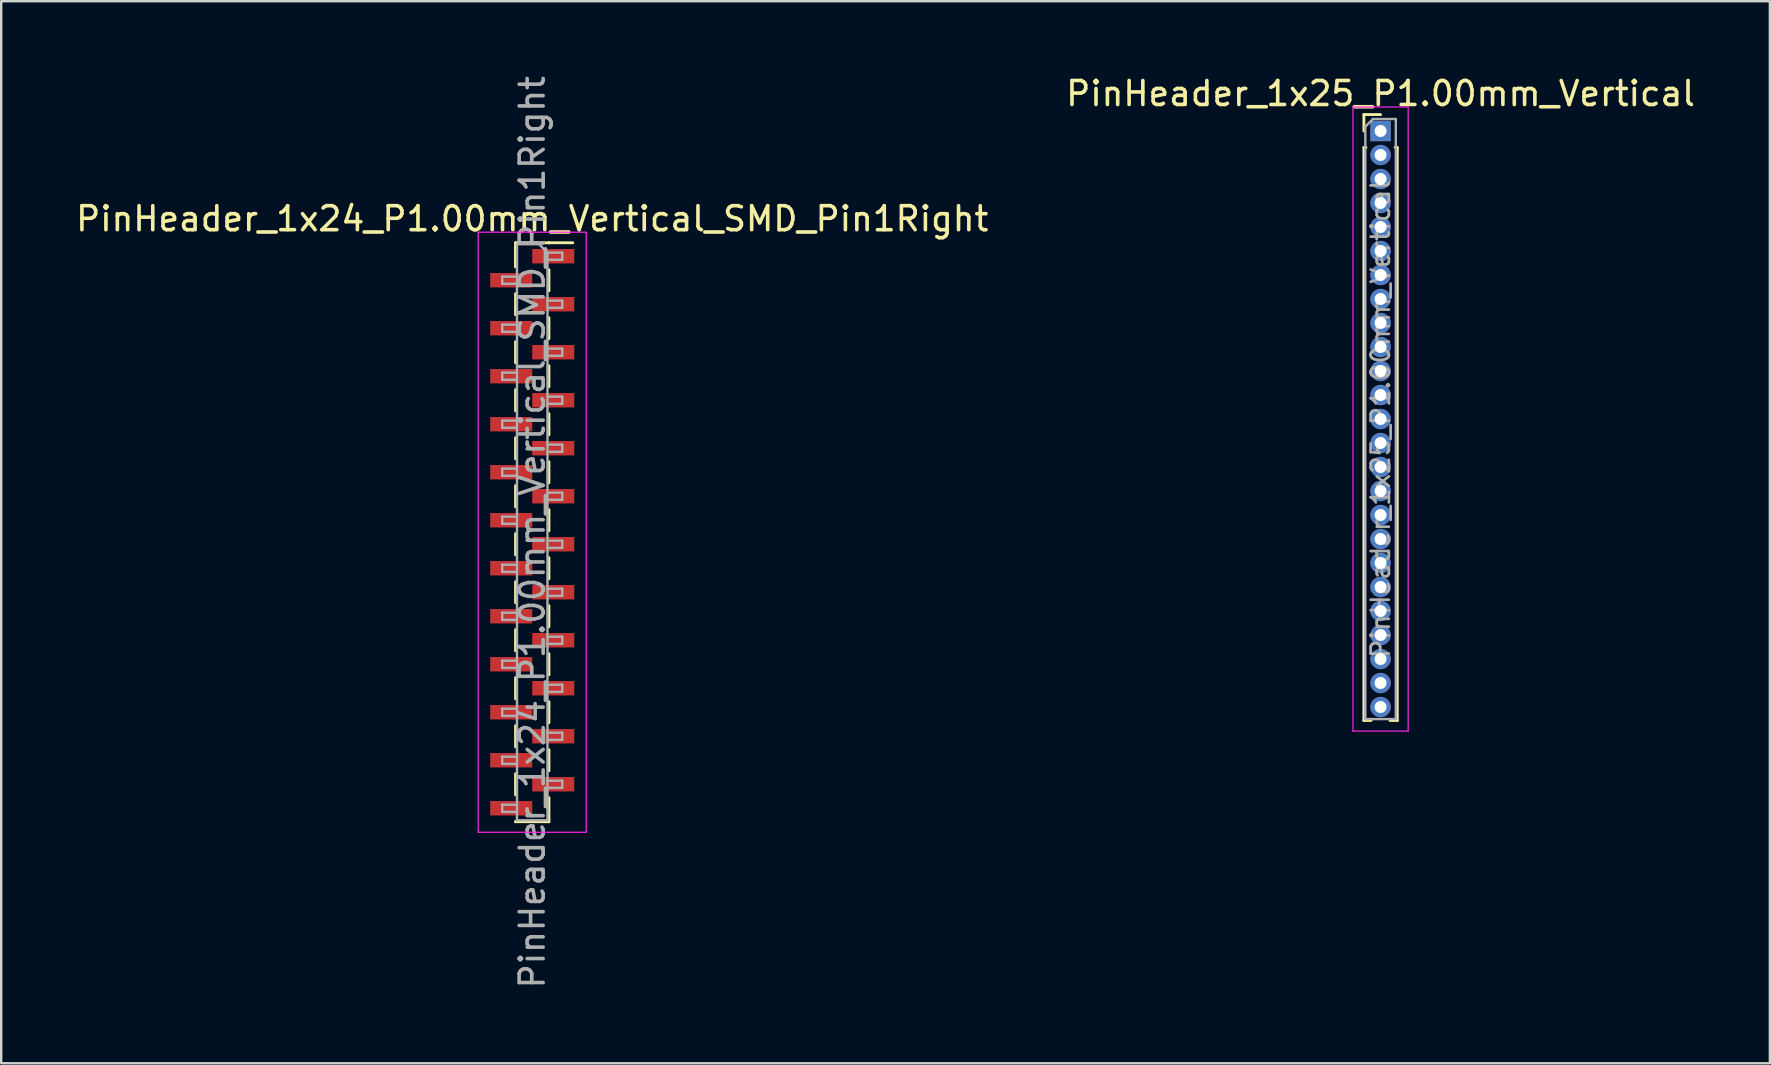
<source format=kicad_pcb>
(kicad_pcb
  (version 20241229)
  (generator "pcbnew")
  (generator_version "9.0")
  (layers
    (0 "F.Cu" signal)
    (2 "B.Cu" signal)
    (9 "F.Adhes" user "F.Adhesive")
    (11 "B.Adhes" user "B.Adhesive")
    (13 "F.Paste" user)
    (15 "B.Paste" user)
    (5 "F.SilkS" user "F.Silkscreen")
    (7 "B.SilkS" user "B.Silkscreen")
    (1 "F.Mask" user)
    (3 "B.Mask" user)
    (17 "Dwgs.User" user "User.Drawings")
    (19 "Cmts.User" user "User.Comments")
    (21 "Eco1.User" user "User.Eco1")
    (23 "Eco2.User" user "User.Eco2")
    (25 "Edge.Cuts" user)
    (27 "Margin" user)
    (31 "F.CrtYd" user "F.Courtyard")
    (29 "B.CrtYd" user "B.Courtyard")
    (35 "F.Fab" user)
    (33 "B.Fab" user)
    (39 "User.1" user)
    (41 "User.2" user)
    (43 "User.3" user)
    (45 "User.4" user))
  (footprint "PinHeader_1x24_P1.00mm_Vertical_SMD_Pin1Right"
    (layer "F.Cu")
    (at 19.125 19.125)
    (property "Reference" "PinHeader_1x24_P1.00mm_Vertical_SMD_Pin1Right" (at 0 -13.06 0) (layer "F.SilkS") (effects (font (size 1 1) (thickness 0.15))))
    (attr smd)
    (fp_line (start -0.695 -12.06) (end -0.695 -11.06) (stroke (width 0.12) (type solid)) (layer "F.SilkS"))
    (fp_line (start -0.695 -12.06) (end 0.695 -12.06) (stroke (width 0.12) (type solid)) (layer "F.SilkS"))
    (fp_line (start -0.695 -11.94) (end -0.695 -11.06) (stroke (width 0.12) (type solid)) (layer "F.SilkS"))
    (fp_line (start -0.695 -9.94) (end -0.695 -9.06) (stroke (width 0.12) (type solid)) (layer "F.SilkS"))
    (fp_line (start -0.695 -7.94) (end -0.695 -7.06) (stroke (width 0.12) (type solid)) (layer "F.SilkS"))
    (fp_line (start -0.695 -5.94) (end -0.695 -5.06) (stroke (width 0.12) (type solid)) (layer "F.SilkS"))
    (fp_line (start -0.695 -3.94) (end -0.695 -3.06) (stroke (width 0.12) (type solid)) (layer "F.SilkS"))
    (fp_line (start -0.695 -1.94) (end -0.695 -1.06) (stroke (width 0.12) (type solid)) (layer "F.SilkS"))
    (fp_line (start -0.695 0.06) (end -0.695 0.94) (stroke (width 0.12) (type solid)) (layer "F.SilkS"))
    (fp_line (start -0.695 2.06) (end -0.695 2.94) (stroke (width 0.12) (type solid)) (layer "F.SilkS"))
    (fp_line (start -0.695 4.06) (end -0.695 4.94) (stroke (width 0.12) (type solid)) (layer "F.SilkS"))
    (fp_line (start -0.695 6.06) (end -0.695 6.94) (stroke (width 0.12) (type solid)) (layer "F.SilkS"))
    (fp_line (start -0.695 8.06) (end -0.695 8.94) (stroke (width 0.12) (type solid)) (layer "F.SilkS"))
    (fp_line (start -0.695 10.06) (end -0.695 10.94) (stroke (width 0.12) (type solid)) (layer "F.SilkS"))
    (fp_line (start -0.695 12.06) (end -0.695 12.06) (stroke (width 0.12) (type solid)) (layer "F.SilkS"))
    (fp_line (start -0.695 12.06) (end 0.695 12.06) (stroke (width 0.12) (type solid)) (layer "F.SilkS"))
    (fp_line (start 0.695 -12.06) (end 0.695 -12.06) (stroke (width 0.12) (type solid)) (layer "F.SilkS"))
    (fp_line (start 0.695 -12.06) (end 1.69 -12.06) (stroke (width 0.12) (type solid)) (layer "F.SilkS"))
    (fp_line (start 0.695 -10.94) (end 0.695 -10.06) (stroke (width 0.12) (type solid)) (layer "F.SilkS"))
    (fp_line (start 0.695 -8.94) (end 0.695 -8.06) (stroke (width 0.12) (type solid)) (layer "F.SilkS"))
    (fp_line (start 0.695 -6.94) (end 0.695 -6.06) (stroke (width 0.12) (type solid)) (layer "F.SilkS"))
    (fp_line (start 0.695 -4.94) (end 0.695 -4.06) (stroke (width 0.12) (type solid)) (layer "F.SilkS"))
    (fp_line (start 0.695 -2.94) (end 0.695 -2.06) (stroke (width 0.12) (type solid)) (layer "F.SilkS"))
    (fp_line (start 0.695 -0.94) (end 0.695 -0.06) (stroke (width 0.12) (type solid)) (layer "F.SilkS"))
    (fp_line (start 0.695 1.06) (end 0.695 1.94) (stroke (width 0.12) (type solid)) (layer "F.SilkS"))
    (fp_line (start 0.695 3.06) (end 0.695 3.94) (stroke (width 0.12) (type solid)) (layer "F.SilkS"))
    (fp_line (start 0.695 5.06) (end 0.695 5.94) (stroke (width 0.12) (type solid)) (layer "F.SilkS"))
    (fp_line (start 0.695 7.06) (end 0.695 7.94) (stroke (width 0.12) (type solid)) (layer "F.SilkS"))
    (fp_line (start 0.695 9.06) (end 0.695 9.94) (stroke (width 0.12) (type solid)) (layer "F.SilkS"))
    (fp_line (start 0.695 11.06) (end 0.695 12.06) (stroke (width 0.12) (type solid)) (layer "F.SilkS"))
    (fp_line (start -2.25 -12.5) (end -2.25 12.5) (stroke (width 0.05) (type solid)) (layer "F.CrtYd"))
    (fp_line (start -2.25 12.5) (end 2.25 12.5) (stroke (width 0.05) (type solid)) (layer "F.CrtYd"))
    (fp_line (start 2.25 -12.5) (end -2.25 -12.5) (stroke (width 0.05) (type solid)) (layer "F.CrtYd"))
    (fp_line (start 2.25 12.5) (end 2.25 -12.5) (stroke (width 0.05) (type solid)) (layer "F.CrtYd"))
    (fp_line (start -1.25 -10.65) (end -1.25 -10.35) (stroke (width 0.1) (type solid)) (layer "F.Fab"))
    (fp_line (start -1.25 -10.35) (end -0.635 -10.35) (stroke (width 0.1) (type solid)) (layer "F.Fab"))
    (fp_line (start -1.25 -8.65) (end -1.25 -8.35) (stroke (width 0.1) (type solid)) (layer "F.Fab"))
    (fp_line (start -1.25 -8.35) (end -0.635 -8.35) (stroke (width 0.1) (type solid)) (layer "F.Fab"))
    (fp_line (start -1.25 -6.65) (end -1.25 -6.35) (stroke (width 0.1) (type solid)) (layer "F.Fab"))
    (fp_line (start -1.25 -6.35) (end -0.635 -6.35) (stroke (width 0.1) (type solid)) (layer "F.Fab"))
    (fp_line (start -1.25 -4.65) (end -1.25 -4.35) (stroke (width 0.1) (type solid)) (layer "F.Fab"))
    (fp_line (start -1.25 -4.35) (end -0.635 -4.35) (stroke (width 0.1) (type solid)) (layer "F.Fab"))
    (fp_line (start -1.25 -2.65) (end -1.25 -2.35) (stroke (width 0.1) (type solid)) (layer "F.Fab"))
    (fp_line (start -1.25 -2.35) (end -0.635 -2.35) (stroke (width 0.1) (type solid)) (layer "F.Fab"))
    (fp_line (start -1.25 -0.65) (end -1.25 -0.35) (stroke (width 0.1) (type solid)) (layer "F.Fab"))
    (fp_line (start -1.25 -0.35) (end -0.635 -0.35) (stroke (width 0.1) (type solid)) (layer "F.Fab"))
    (fp_line (start -1.25 1.35) (end -1.25 1.65) (stroke (width 0.1) (type solid)) (layer "F.Fab"))
    (fp_line (start -1.25 1.65) (end -0.635 1.65) (stroke (width 0.1) (type solid)) (layer "F.Fab"))
    (fp_line (start -1.25 3.35) (end -1.25 3.65) (stroke (width 0.1) (type solid)) (layer "F.Fab"))
    (fp_line (start -1.25 3.65) (end -0.635 3.65) (stroke (width 0.1) (type solid)) (layer "F.Fab"))
    (fp_line (start -1.25 5.35) (end -1.25 5.65) (stroke (width 0.1) (type solid)) (layer "F.Fab"))
    (fp_line (start -1.25 5.65) (end -0.635 5.65) (stroke (width 0.1) (type solid)) (layer "F.Fab"))
    (fp_line (start -1.25 7.35) (end -1.25 7.65) (stroke (width 0.1) (type solid)) (layer "F.Fab"))
    (fp_line (start -1.25 7.65) (end -0.635 7.65) (stroke (width 0.1) (type solid)) (layer "F.Fab"))
    (fp_line (start -1.25 9.35) (end -1.25 9.65) (stroke (width 0.1) (type solid)) (layer "F.Fab"))
    (fp_line (start -1.25 9.65) (end -0.635 9.65) (stroke (width 0.1) (type solid)) (layer "F.Fab"))
    (fp_line (start -1.25 11.35) (end -1.25 11.65) (stroke (width 0.1) (type solid)) (layer "F.Fab"))
    (fp_line (start -1.25 11.65) (end -0.635 11.65) (stroke (width 0.1) (type solid)) (layer "F.Fab"))
    (fp_line (start -0.635 -12) (end -0.635 12) (stroke (width 0.1) (type solid)) (layer "F.Fab"))
    (fp_line (start -0.635 -12) (end 0.285 -12) (stroke (width 0.1) (type solid)) (layer "F.Fab"))
    (fp_line (start -0.635 -10.65) (end -1.25 -10.65) (stroke (width 0.1) (type solid)) (layer "F.Fab"))
    (fp_line (start -0.635 -8.65) (end -1.25 -8.65) (stroke (width 0.1) (type solid)) (layer "F.Fab"))
    (fp_line (start -0.635 -6.65) (end -1.25 -6.65) (stroke (width 0.1) (type solid)) (layer "F.Fab"))
    (fp_line (start -0.635 -4.65) (end -1.25 -4.65) (stroke (width 0.1) (type solid)) (layer "F.Fab"))
    (fp_line (start -0.635 -2.65) (end -1.25 -2.65) (stroke (width 0.1) (type solid)) (layer "F.Fab"))
    (fp_line (start -0.635 -0.65) (end -1.25 -0.65) (stroke (width 0.1) (type solid)) (layer "F.Fab"))
    (fp_line (start -0.635 1.35) (end -1.25 1.35) (stroke (width 0.1) (type solid)) (layer "F.Fab"))
    (fp_line (start -0.635 3.35) (end -1.25 3.35) (stroke (width 0.1) (type solid)) (layer "F.Fab"))
    (fp_line (start -0.635 5.35) (end -1.25 5.35) (stroke (width 0.1) (type solid)) (layer "F.Fab"))
    (fp_line (start -0.635 7.35) (end -1.25 7.35) (stroke (width 0.1) (type solid)) (layer "F.Fab"))
    (fp_line (start -0.635 9.35) (end -1.25 9.35) (stroke (width 0.1) (type solid)) (layer "F.Fab"))
    (fp_line (start -0.635 11.35) (end -1.25 11.35) (stroke (width 0.1) (type solid)) (layer "F.Fab"))
    (fp_line (start 0.635 -11.65) (end 0.285 -12) (stroke (width 0.1) (type solid)) (layer "F.Fab"))
    (fp_line (start 0.635 -11.65) (end 1.25 -11.65) (stroke (width 0.1) (type solid)) (layer "F.Fab"))
    (fp_line (start 0.635 -9.65) (end 1.25 -9.65) (stroke (width 0.1) (type solid)) (layer "F.Fab"))
    (fp_line (start 0.635 -7.65) (end 1.25 -7.65) (stroke (width 0.1) (type solid)) (layer "F.Fab"))
    (fp_line (start 0.635 -5.65) (end 1.25 -5.65) (stroke (width 0.1) (type solid)) (layer "F.Fab"))
    (fp_line (start 0.635 -3.65) (end 1.25 -3.65) (stroke (width 0.1) (type solid)) (layer "F.Fab"))
    (fp_line (start 0.635 -1.65) (end 1.25 -1.65) (stroke (width 0.1) (type solid)) (layer "F.Fab"))
    (fp_line (start 0.635 0.35) (end 1.25 0.35) (stroke (width 0.1) (type solid)) (layer "F.Fab"))
    (fp_line (start 0.635 2.35) (end 1.25 2.35) (stroke (width 0.1) (type solid)) (layer "F.Fab"))
    (fp_line (start 0.635 4.35) (end 1.25 4.35) (stroke (width 0.1) (type solid)) (layer "F.Fab"))
    (fp_line (start 0.635 6.35) (end 1.25 6.35) (stroke (width 0.1) (type solid)) (layer "F.Fab"))
    (fp_line (start 0.635 8.35) (end 1.25 8.35) (stroke (width 0.1) (type solid)) (layer "F.Fab"))
    (fp_line (start 0.635 10.35) (end 1.25 10.35) (stroke (width 0.1) (type solid)) (layer "F.Fab"))
    (fp_line (start 0.635 12) (end -0.635 12) (stroke (width 0.1) (type solid)) (layer "F.Fab"))
    (fp_line (start 0.635 12) (end 0.635 -11.65) (stroke (width 0.1) (type solid)) (layer "F.Fab"))
    (fp_line (start 1.25 -11.65) (end 1.25 -11.35) (stroke (width 0.1) (type solid)) (layer "F.Fab"))
    (fp_line (start 1.25 -11.35) (end 0.635 -11.35) (stroke (width 0.1) (type solid)) (layer "F.Fab"))
    (fp_line (start 1.25 -9.65) (end 1.25 -9.35) (stroke (width 0.1) (type solid)) (layer "F.Fab"))
    (fp_line (start 1.25 -9.35) (end 0.635 -9.35) (stroke (width 0.1) (type solid)) (layer "F.Fab"))
    (fp_line (start 1.25 -7.65) (end 1.25 -7.35) (stroke (width 0.1) (type solid)) (layer "F.Fab"))
    (fp_line (start 1.25 -7.35) (end 0.635 -7.35) (stroke (width 0.1) (type solid)) (layer "F.Fab"))
    (fp_line (start 1.25 -5.65) (end 1.25 -5.35) (stroke (width 0.1) (type solid)) (layer "F.Fab"))
    (fp_line (start 1.25 -5.35) (end 0.635 -5.35) (stroke (width 0.1) (type solid)) (layer "F.Fab"))
    (fp_line (start 1.25 -3.65) (end 1.25 -3.35) (stroke (width 0.1) (type solid)) (layer "F.Fab"))
    (fp_line (start 1.25 -3.35) (end 0.635 -3.35) (stroke (width 0.1) (type solid)) (layer "F.Fab"))
    (fp_line (start 1.25 -1.65) (end 1.25 -1.35) (stroke (width 0.1) (type solid)) (layer "F.Fab"))
    (fp_line (start 1.25 -1.35) (end 0.635 -1.35) (stroke (width 0.1) (type solid)) (layer "F.Fab"))
    (fp_line (start 1.25 0.35) (end 1.25 0.65) (stroke (width 0.1) (type solid)) (layer "F.Fab"))
    (fp_line (start 1.25 0.65) (end 0.635 0.65) (stroke (width 0.1) (type solid)) (layer "F.Fab"))
    (fp_line (start 1.25 2.35) (end 1.25 2.65) (stroke (width 0.1) (type solid)) (layer "F.Fab"))
    (fp_line (start 1.25 2.65) (end 0.635 2.65) (stroke (width 0.1) (type solid)) (layer "F.Fab"))
    (fp_line (start 1.25 4.35) (end 1.25 4.65) (stroke (width 0.1) (type solid)) (layer "F.Fab"))
    (fp_line (start 1.25 4.65) (end 0.635 4.65) (stroke (width 0.1) (type solid)) (layer "F.Fab"))
    (fp_line (start 1.25 6.35) (end 1.25 6.65) (stroke (width 0.1) (type solid)) (layer "F.Fab"))
    (fp_line (start 1.25 6.65) (end 0.635 6.65) (stroke (width 0.1) (type solid)) (layer "F.Fab"))
    (fp_line (start 1.25 8.35) (end 1.25 8.65) (stroke (width 0.1) (type solid)) (layer "F.Fab"))
    (fp_line (start 1.25 8.65) (end 0.635 8.65) (stroke (width 0.1) (type solid)) (layer "F.Fab"))
    (fp_line (start 1.25 10.35) (end 1.25 10.65) (stroke (width 0.1) (type solid)) (layer "F.Fab"))
    (fp_line (start 1.25 10.65) (end 0.635 10.65) (stroke (width 0.1) (type solid)) (layer "F.Fab"))
    (fp_text user "${REFERENCE}" (at 0 0 90) (layer "F.Fab") (effects (font (size 1 1) (thickness 0.15))))
    (pad "1" smd rect (at 0.875 -11.5) (size 1.75 0.6) (layers "F.Cu" "F.Mask" "F.Paste"))
    (pad "2" smd rect (at -0.875 -10.5) (size 1.75 0.6) (layers "F.Cu" "F.Mask" "F.Paste"))
    (pad "3" smd rect (at 0.875 -9.5) (size 1.75 0.6) (layers "F.Cu" "F.Mask" "F.Paste"))
    (pad "4" smd rect (at -0.875 -8.5) (size 1.75 0.6) (layers "F.Cu" "F.Mask" "F.Paste"))
    (pad "5" smd rect (at 0.875 -7.5) (size 1.75 0.6) (layers "F.Cu" "F.Mask" "F.Paste"))
    (pad "6" smd rect (at -0.875 -6.5) (size 1.75 0.6) (layers "F.Cu" "F.Mask" "F.Paste"))
    (pad "7" smd rect (at 0.875 -5.5) (size 1.75 0.6) (layers "F.Cu" "F.Mask" "F.Paste"))
    (pad "8" smd rect (at -0.875 -4.5) (size 1.75 0.6) (layers "F.Cu" "F.Mask" "F.Paste"))
    (pad "9" smd rect (at 0.875 -3.5) (size 1.75 0.6) (layers "F.Cu" "F.Mask" "F.Paste"))
    (pad "10" smd rect (at -0.875 -2.5) (size 1.75 0.6) (layers "F.Cu" "F.Mask" "F.Paste"))
    (pad "11" smd rect (at 0.875 -1.5) (size 1.75 0.6) (layers "F.Cu" "F.Mask" "F.Paste"))
    (pad "12" smd rect (at -0.875 -0.5) (size 1.75 0.6) (layers "F.Cu" "F.Mask" "F.Paste"))
    (pad "13" smd rect (at 0.875 0.5) (size 1.75 0.6) (layers "F.Cu" "F.Mask" "F.Paste"))
    (pad "14" smd rect (at -0.875 1.5) (size 1.75 0.6) (layers "F.Cu" "F.Mask" "F.Paste"))
    (pad "15" smd rect (at 0.875 2.5) (size 1.75 0.6) (layers "F.Cu" "F.Mask" "F.Paste"))
    (pad "16" smd rect (at -0.875 3.5) (size 1.75 0.6) (layers "F.Cu" "F.Mask" "F.Paste"))
    (pad "17" smd rect (at 0.875 4.5) (size 1.75 0.6) (layers "F.Cu" "F.Mask" "F.Paste"))
    (pad "18" smd rect (at -0.875 5.5) (size 1.75 0.6) (layers "F.Cu" "F.Mask" "F.Paste"))
    (pad "19" smd rect (at 0.875 6.5) (size 1.75 0.6) (layers "F.Cu" "F.Mask" "F.Paste"))
    (pad "20" smd rect (at -0.875 7.5) (size 1.75 0.6) (layers "F.Cu" "F.Mask" "F.Paste"))
    (pad "21" smd rect (at 0.875 8.5) (size 1.75 0.6) (layers "F.Cu" "F.Mask" "F.Paste"))
    (pad "22" smd rect (at -0.875 9.5) (size 1.75 0.6) (layers "F.Cu" "F.Mask" "F.Paste"))
    (pad "23" smd rect (at 0.875 10.5) (size 1.75 0.6) (layers "F.Cu" "F.Mask" "F.Paste"))
    (pad "24" smd rect (at -0.875 11.5) (size 1.75 0.6) (layers "F.Cu" "F.Mask" "F.Paste")))
  (footprint "PinHeader_1x25_P1.00mm_Vertical"
    (layer "F.Cu")
    (at 54.47 2.408)
    (property "Reference" "PinHeader_1x25_P1.00mm_Vertical" (at 0 -1.56 0) (layer "F.SilkS") (effects (font (size 1 1) (thickness 0.15))))
    (attr through_hole)
    (fp_line (start -0.695 -0.685) (end 0 -0.685) (stroke (width 0.12) (type solid)) (layer "F.SilkS"))
    (fp_line (start -0.695 0) (end -0.695 -0.685) (stroke (width 0.12) (type solid)) (layer "F.SilkS"))
    (fp_line (start -0.695 0.685) (end -0.695 24.56) (stroke (width 0.12) (type solid)) (layer "F.SilkS"))
    (fp_line (start -0.695 0.685) (end -0.608 0.685) (stroke (width 0.12) (type solid)) (layer "F.SilkS"))
    (fp_line (start -0.695 24.56) (end -0.394 24.56) (stroke (width 0.12) (type solid)) (layer "F.SilkS"))
    (fp_line (start 0.394 24.56) (end 0.695 24.56) (stroke (width 0.12) (type solid)) (layer "F.SilkS"))
    (fp_line (start 0.608 0.685) (end 0.695 0.685) (stroke (width 0.12) (type solid)) (layer "F.SilkS"))
    (fp_line (start 0.695 0.685) (end 0.695 24.56) (stroke (width 0.12) (type solid)) (layer "F.SilkS"))
    (fp_line (start -1.15 -1) (end -1.15 25) (stroke (width 0.05) (type solid)) (layer "F.CrtYd"))
    (fp_line (start -1.15 25) (end 1.15 25) (stroke (width 0.05) (type solid)) (layer "F.CrtYd"))
    (fp_line (start 1.15 -1) (end -1.15 -1) (stroke (width 0.05) (type solid)) (layer "F.CrtYd"))
    (fp_line (start 1.15 25) (end 1.15 -1) (stroke (width 0.05) (type solid)) (layer "F.CrtYd"))
    (fp_line (start -0.635 -0.182) (end -0.318 -0.5) (stroke (width 0.1) (type solid)) (layer "F.Fab"))
    (fp_line (start -0.635 24.5) (end -0.635 -0.182) (stroke (width 0.1) (type solid)) (layer "F.Fab"))
    (fp_line (start -0.318 -0.5) (end 0.635 -0.5) (stroke (width 0.1) (type solid)) (layer "F.Fab"))
    (fp_line (start 0.635 -0.5) (end 0.635 24.5) (stroke (width 0.1) (type solid)) (layer "F.Fab"))
    (fp_line (start 0.635 24.5) (end -0.635 24.5) (stroke (width 0.1) (type solid)) (layer "F.Fab"))
    (fp_text user "${REFERENCE}" (at 0 12 90) (layer "F.Fab") (effects (font (size 0.76 0.76) (thickness 0.114))))
    (pad "1" thru_hole rect (at 0 0) (size 0.85 0.85) (drill 0.5) (layers "*.Cu" "*.Mask"))
    (pad "2" thru_hole oval (at 0 1) (size 0.85 0.85) (drill 0.5) (layers "*.Cu" "*.Mask"))
    (pad "3" thru_hole oval (at 0 2) (size 0.85 0.85) (drill 0.5) (layers "*.Cu" "*.Mask"))
    (pad "4" thru_hole oval (at 0 3) (size 0.85 0.85) (drill 0.5) (layers "*.Cu" "*.Mask"))
    (pad "5" thru_hole oval (at 0 4) (size 0.85 0.85) (drill 0.5) (layers "*.Cu" "*.Mask"))
    (pad "6" thru_hole oval (at 0 5) (size 0.85 0.85) (drill 0.5) (layers "*.Cu" "*.Mask"))
    (pad "7" thru_hole oval (at 0 6) (size 0.85 0.85) (drill 0.5) (layers "*.Cu" "*.Mask"))
    (pad "8" thru_hole oval (at 0 7) (size 0.85 0.85) (drill 0.5) (layers "*.Cu" "*.Mask"))
    (pad "9" thru_hole oval (at 0 8) (size 0.85 0.85) (drill 0.5) (layers "*.Cu" "*.Mask"))
    (pad "10" thru_hole oval (at 0 9) (size 0.85 0.85) (drill 0.5) (layers "*.Cu" "*.Mask"))
    (pad "11" thru_hole oval (at 0 10) (size 0.85 0.85) (drill 0.5) (layers "*.Cu" "*.Mask"))
    (pad "12" thru_hole oval (at 0 11) (size 0.85 0.85) (drill 0.5) (layers "*.Cu" "*.Mask"))
    (pad "13" thru_hole oval (at 0 12) (size 0.85 0.85) (drill 0.5) (layers "*.Cu" "*.Mask"))
    (pad "14" thru_hole oval (at 0 13) (size 0.85 0.85) (drill 0.5) (layers "*.Cu" "*.Mask"))
    (pad "15" thru_hole oval (at 0 14) (size 0.85 0.85) (drill 0.5) (layers "*.Cu" "*.Mask"))
    (pad "16" thru_hole oval (at 0 15) (size 0.85 0.85) (drill 0.5) (layers "*.Cu" "*.Mask"))
    (pad "17" thru_hole oval (at 0 16) (size 0.85 0.85) (drill 0.5) (layers "*.Cu" "*.Mask"))
    (pad "18" thru_hole oval (at 0 17) (size 0.85 0.85) (drill 0.5) (layers "*.Cu" "*.Mask"))
    (pad "19" thru_hole oval (at 0 18) (size 0.85 0.85) (drill 0.5) (layers "*.Cu" "*.Mask"))
    (pad "20" thru_hole oval (at 0 19) (size 0.85 0.85) (drill 0.5) (layers "*.Cu" "*.Mask"))
    (pad "21" thru_hole oval (at 0 20) (size 0.85 0.85) (drill 0.5) (layers "*.Cu" "*.Mask"))
    (pad "22" thru_hole oval (at 0 21) (size 0.85 0.85) (drill 0.5) (layers "*.Cu" "*.Mask"))
    (pad "23" thru_hole oval (at 0 22) (size 0.85 0.85) (drill 0.5) (layers "*.Cu" "*.Mask"))
    (pad "24" thru_hole oval (at 0 23) (size 0.85 0.85) (drill 0.5) (layers "*.Cu" "*.Mask"))
    (pad "25" thru_hole oval (at 0 24) (size 0.85 0.85) (drill 0.5) (layers "*.Cu" "*.Mask")))
  (gr_rect
    (start -3 -3)
    (end 70.69 41.25)
    (stroke (width 0.1) (type default))
    (fill no)
    (layer "Edge.Cuts")))
</source>
